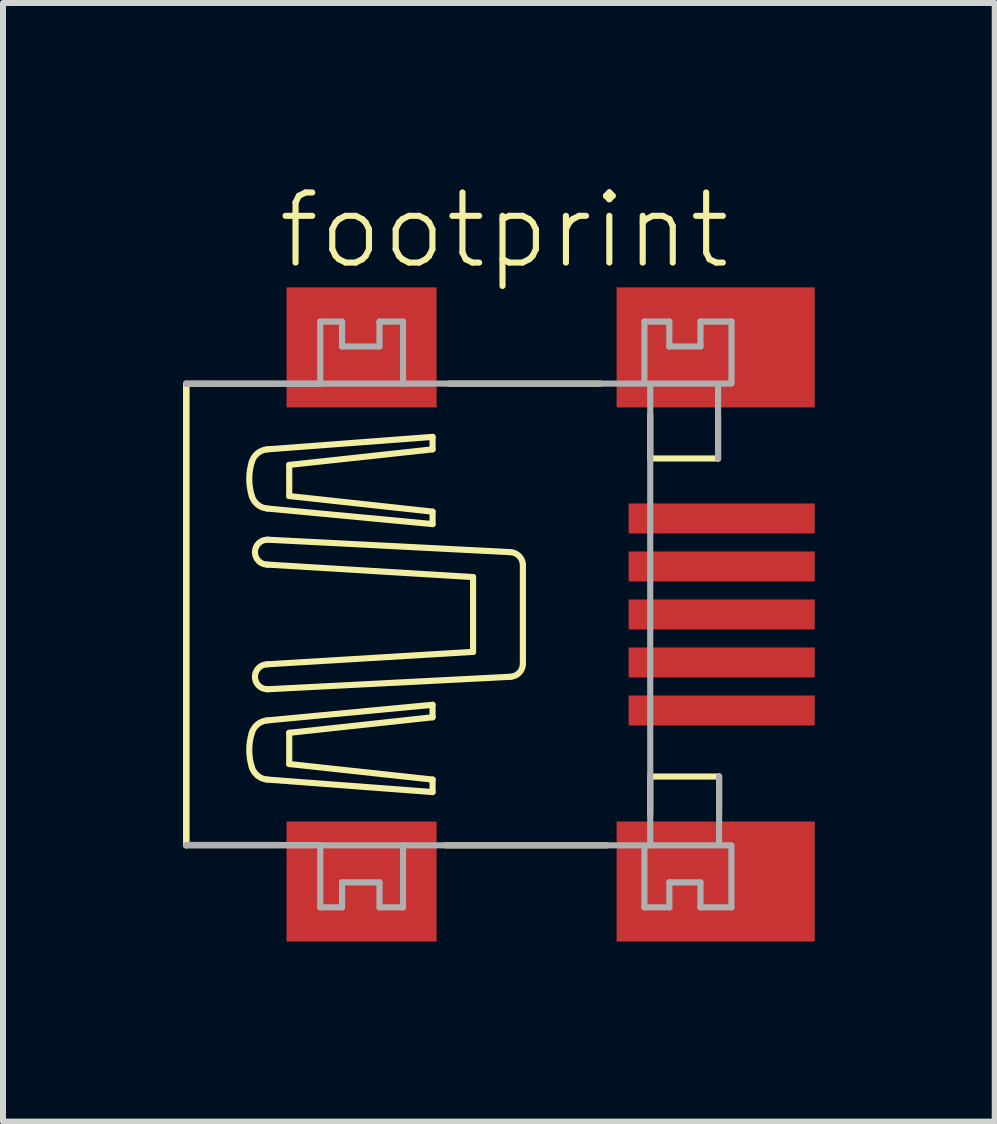
<source format=kicad_pcb>
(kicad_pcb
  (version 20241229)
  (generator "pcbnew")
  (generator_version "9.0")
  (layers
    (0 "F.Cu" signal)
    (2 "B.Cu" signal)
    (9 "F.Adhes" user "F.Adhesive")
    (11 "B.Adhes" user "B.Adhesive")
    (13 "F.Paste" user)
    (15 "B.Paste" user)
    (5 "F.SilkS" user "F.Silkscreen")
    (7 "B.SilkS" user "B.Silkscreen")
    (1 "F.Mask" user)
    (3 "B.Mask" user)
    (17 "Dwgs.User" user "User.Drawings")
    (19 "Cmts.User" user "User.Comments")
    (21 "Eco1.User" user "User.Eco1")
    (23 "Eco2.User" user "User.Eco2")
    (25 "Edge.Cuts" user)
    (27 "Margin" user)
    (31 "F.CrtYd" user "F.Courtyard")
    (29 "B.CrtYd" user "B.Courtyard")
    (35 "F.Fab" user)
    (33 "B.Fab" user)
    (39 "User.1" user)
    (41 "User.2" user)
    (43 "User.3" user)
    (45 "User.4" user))
  (footprint "footprint"
    (layer "F.Cu")
    (at 5.974 7.188)
    (property "Reference" "footprint" (at -4.445 -5.715 0) (layer "F.SilkS") (effects (font (size 1.168 1.168) (thickness 0.102)) (justify left bottom)))
    (fp_line (start -5.923 3.847) (end -5.923 -3.847) (stroke (width 0.102) (type solid)) (layer "F.SilkS"))
    (fp_line (start -5.918 -3.842) (end -4.415 -3.841) (stroke (width 0.102) (type solid)) (layer "F.SilkS"))
    (fp_line (start -5.918 3.841) (end -5.918 -3.842) (stroke (width 0.102) (type solid)) (layer "F.SilkS"))
    (fp_line (start -5.918 3.841) (end -4.415 3.841) (stroke (width 0.102) (type solid)) (layer "F.SilkS"))
    (fp_line (start -5.918 3.841) (end -5.918 3.841) (stroke (width 0.102) (type solid)) (layer "F.SilkS"))
    (fp_line (start -4.776 -1.038) (end -4.776 -1.038) (stroke (width 0.102) (type solid)) (layer "F.SilkS"))
    (fp_line (start -4.569 -1.765) (end -1.817 -1.506) (stroke (width 0.102) (type solid)) (layer "F.SilkS"))
    (fp_line (start -4.569 -0.831) (end -1.142 -0.623) (stroke (width 0.102) (type solid)) (layer "F.SilkS"))
    (fp_line (start -4.569 0.83) (end -1.142 0.623) (stroke (width 0.102) (type solid)) (layer "F.SilkS"))
    (fp_line (start -4.569 1.765) (end -1.817 1.505) (stroke (width 0.102) (type solid)) (layer "F.SilkS"))
    (fp_line (start -4.568 -1.246) (end -0.519 -1.038) (stroke (width 0.102) (type solid)) (layer "F.SilkS"))
    (fp_line (start -4.568 1.246) (end -0.519 1.038) (stroke (width 0.102) (type solid)) (layer "F.SilkS"))
    (fp_line (start -4.205 -2.492) (end -1.817 -2.751) (stroke (width 0.102) (type solid)) (layer "F.SilkS"))
    (fp_line (start -4.205 -1.973) (end -4.205 -2.492) (stroke (width 0.102) (type solid)) (layer "F.SilkS"))
    (fp_line (start -4.205 1.972) (end -4.205 2.492) (stroke (width 0.102) (type solid)) (layer "F.SilkS"))
    (fp_line (start -4.205 2.492) (end -1.817 2.751) (stroke (width 0.102) (type solid)) (layer "F.SilkS"))
    (fp_line (start -1.817 -2.959) (end -4.569 -2.751) (stroke (width 0.102) (type solid)) (layer "F.SilkS"))
    (fp_line (start -1.817 -2.751) (end -1.817 -2.959) (stroke (width 0.102) (type solid)) (layer "F.SilkS"))
    (fp_line (start -1.817 -1.713) (end -4.205 -1.973) (stroke (width 0.102) (type solid)) (layer "F.SilkS"))
    (fp_line (start -1.817 -1.506) (end -1.817 -1.713) (stroke (width 0.102) (type solid)) (layer "F.SilkS"))
    (fp_line (start -1.817 1.505) (end -1.817 1.713) (stroke (width 0.102) (type solid)) (layer "F.SilkS"))
    (fp_line (start -1.817 1.713) (end -4.205 1.972) (stroke (width 0.102) (type solid)) (layer "F.SilkS"))
    (fp_line (start -1.817 2.751) (end -1.817 2.959) (stroke (width 0.102) (type solid)) (layer "F.SilkS"))
    (fp_line (start -1.817 2.959) (end -4.569 2.751) (stroke (width 0.102) (type solid)) (layer "F.SilkS"))
    (fp_line (start -1.552 -3.847) (end 0.983 -3.847) (stroke (width 0.102) (type solid)) (layer "F.SilkS"))
    (fp_line (start -1.142 0.623) (end -1.142 -0.623) (stroke (width 0.102) (type solid)) (layer "F.SilkS"))
    (fp_line (start -0.312 0.83) (end -0.312 -0.831) (stroke (width 0.102) (type solid)) (layer "F.SilkS"))
    (fp_line (start 1.084 3.847) (end -1.603 3.847) (stroke (width 0.102) (type solid)) (layer "F.SilkS"))
    (fp_line (start 1.81 -2.599) (end 1.81 -3.324) (stroke (width 0.102) (type solid)) (layer "F.SilkS"))
    (fp_line (start 1.81 2.7) (end 1.81 3.324) (stroke (width 0.102) (type solid)) (layer "F.SilkS"))
    (fp_line (start 2.94 -3.324) (end 2.94 -2.599) (stroke (width 0.102) (type solid)) (layer "F.SilkS"))
    (fp_line (start 2.94 -2.599) (end 1.81 -2.599) (stroke (width 0.102) (type solid)) (layer "F.SilkS"))
    (fp_line (start 2.957 2.7) (end 1.81 2.7) (stroke (width 0.102) (type solid)) (layer "F.SilkS"))
    (fp_line (start 2.957 3.332) (end 2.957 2.7) (stroke (width 0.102) (type solid)) (layer "F.SilkS"))
    (fp_arc (start -4.828 -2.5438) (mid -4.730297 -2.687659) (end -4.5685 -2.7514) (stroke (width 0.1016) (type solid)) (layer "F.SilkS"))
    (fp_arc (start -4.828 -1.9727) (mid -4.870802 -2.25825) (end -4.828 -2.5438) (stroke (width 0.1016) (type solid)) (layer "F.SilkS"))
    (fp_arc (start -4.828 1.9725) (mid -4.730298 1.828641) (end -4.568501 1.764899) (stroke (width 0.1016) (type solid)) (layer "F.SilkS"))
    (fp_arc (start -4.828 2.5436) (mid -4.870802 2.25805) (end -4.828 1.9725) (stroke (width 0.1016) (type solid)) (layer "F.SilkS"))
    (fp_arc (start -4.7761 -1.0383) (mid -4.715295 -1.185095) (end -4.5685 -1.2459) (stroke (width 0.1016) (type solid)) (layer "F.SilkS"))
    (fp_arc (start -4.7761 1.038) (mid -4.715295 0.891205) (end -4.5685 0.8304) (stroke (width 0.1016) (type solid)) (layer "F.SilkS"))
    (fp_arc (start -4.568501 -1.765099) (mid -4.730298 -1.828841) (end -4.828 -1.9727) (stroke (width 0.1016) (type solid)) (layer "F.SilkS"))
    (fp_arc (start -4.5685 -0.8306) (mid -4.715295 -0.891405) (end -4.7761 -1.0382) (stroke (width 0.1016) (type solid)) (layer "F.SilkS"))
    (fp_arc (start -4.5685 1.2457) (mid -4.715295 1.184895) (end -4.7761 1.0381) (stroke (width 0.1016) (type solid)) (layer "F.SilkS"))
    (fp_arc (start -4.5685 2.7512) (mid -4.730297 2.687459) (end -4.828 2.5436) (stroke (width 0.1016) (type solid)) (layer "F.SilkS"))
    (fp_arc (start -0.5192 -1.0383) (mid -0.375653 -0.974177) (end -0.311598 -0.8306) (stroke (width 0.1016) (type solid)) (layer "F.SilkS"))
    (fp_arc (start -0.311599 0.830399) (mid -0.375679 0.973951) (end -0.5192 1.0381) (stroke (width 0.1016) (type solid)) (layer "F.SilkS"))
    (fp_line (start -5.923 -3.847) (end 3.16 -3.847) (stroke (width 0.102) (type solid)) (layer "F.Fab"))
    (fp_line (start -5.918 -3.842) (end -3.688 -3.842) (stroke (width 0.102) (type solid)) (layer "F.Fab"))
    (fp_line (start -5.918 3.841) (end -3.688 3.841) (stroke (width 0.102) (type solid)) (layer "F.Fab"))
    (fp_line (start -3.688 -4.88) (end -3.325 -4.88) (stroke (width 0.102) (type solid)) (layer "F.Fab"))
    (fp_line (start -3.688 -3.842) (end -3.688 -4.88) (stroke (width 0.102) (type solid)) (layer "F.Fab"))
    (fp_line (start -3.688 3.841) (end -3.688 4.88) (stroke (width 0.102) (type solid)) (layer "F.Fab"))
    (fp_line (start -3.688 4.88) (end -3.325 4.88) (stroke (width 0.102) (type solid)) (layer "F.Fab"))
    (fp_line (start -3.325 -4.88) (end -3.325 -4.465) (stroke (width 0.102) (type solid)) (layer "F.Fab"))
    (fp_line (start -3.325 -4.465) (end -2.701 -4.465) (stroke (width 0.102) (type solid)) (layer "F.Fab"))
    (fp_line (start -3.325 4.464) (end -2.701 4.464) (stroke (width 0.102) (type solid)) (layer "F.Fab"))
    (fp_line (start -3.325 4.88) (end -3.325 4.464) (stroke (width 0.102) (type solid)) (layer "F.Fab"))
    (fp_line (start -2.701 -4.88) (end -2.309 -4.88) (stroke (width 0.102) (type solid)) (layer "F.Fab"))
    (fp_line (start -2.701 -4.465) (end -2.701 -4.88) (stroke (width 0.102) (type solid)) (layer "F.Fab"))
    (fp_line (start -2.701 4.464) (end -2.701 4.88) (stroke (width 0.102) (type solid)) (layer "F.Fab"))
    (fp_line (start -2.701 4.88) (end -2.309 4.88) (stroke (width 0.102) (type solid)) (layer "F.Fab"))
    (fp_line (start -2.309 -4.88) (end -2.309 -3.842) (stroke (width 0.102) (type solid)) (layer "F.Fab"))
    (fp_line (start -2.309 4.88) (end -2.309 3.841) (stroke (width 0.102) (type solid)) (layer "F.Fab"))
    (fp_line (start 1.713 -4.88) (end 2.128 -4.88) (stroke (width 0.102) (type solid)) (layer "F.Fab"))
    (fp_line (start 1.713 -3.886) (end 1.713 -4.88) (stroke (width 0.102) (type solid)) (layer "F.Fab"))
    (fp_line (start 1.713 3.885) (end 1.713 4.88) (stroke (width 0.102) (type solid)) (layer "F.Fab"))
    (fp_line (start 1.713 4.88) (end 2.128 4.88) (stroke (width 0.102) (type solid)) (layer "F.Fab"))
    (fp_line (start 1.81 -3.78) (end 1.81 3.847) (stroke (width 0.102) (type solid)) (layer "F.Fab"))
    (fp_line (start 2.128 -4.88) (end 2.128 -4.465) (stroke (width 0.102) (type solid)) (layer "F.Fab"))
    (fp_line (start 2.128 -4.465) (end 2.647 -4.465) (stroke (width 0.102) (type solid)) (layer "F.Fab"))
    (fp_line (start 2.128 4.464) (end 2.647 4.464) (stroke (width 0.102) (type solid)) (layer "F.Fab"))
    (fp_line (start 2.128 4.88) (end 2.128 4.464) (stroke (width 0.102) (type solid)) (layer "F.Fab"))
    (fp_line (start 2.647 -4.88) (end 3.164 -4.88) (stroke (width 0.102) (type solid)) (layer "F.Fab"))
    (fp_line (start 2.647 -4.465) (end 2.647 -4.88) (stroke (width 0.102) (type solid)) (layer "F.Fab"))
    (fp_line (start 2.647 4.464) (end 2.647 4.88) (stroke (width 0.102) (type solid)) (layer "F.Fab"))
    (fp_line (start 2.647 4.88) (end 3.163 4.88) (stroke (width 0.102) (type solid)) (layer "F.Fab"))
    (fp_line (start 2.94 -3.797) (end 2.94 -2.599) (stroke (width 0.102) (type solid)) (layer "F.Fab"))
    (fp_line (start 2.957 3.822) (end 2.957 2.7) (stroke (width 0.102) (type solid)) (layer "F.Fab"))
    (fp_line (start 3.16 3.847) (end -5.923 3.847) (stroke (width 0.102) (type solid)) (layer "F.Fab"))
    (fp_line (start 3.163 4.88) (end 3.163 3.852) (stroke (width 0.102) (type solid)) (layer "F.Fab"))
    (fp_line (start 3.164 -4.88) (end 3.164 -3.852) (stroke (width 0.102) (type solid)) (layer "F.Fab"))
    (pad "1" smd rect (at 3 -1.6) (size 3.1 0.5) (layers "F.Cu" "F.Mask" "F.Paste"))
    (pad "2" smd rect (at 3 -0.8) (size 3.1 0.5) (layers "F.Cu" "F.Mask" "F.Paste"))
    (pad "3" smd rect (at 3 0) (size 3.1 0.5) (layers "F.Cu" "F.Mask" "F.Paste"))
    (pad "4" smd rect (at 3 0.8) (size 3.1 0.5) (layers "F.Cu" "F.Mask" "F.Paste"))
    (pad "5" smd rect (at 3 1.6) (size 3.1 0.5) (layers "F.Cu" "F.Mask" "F.Paste"))
    (pad "M1" smd rect (at -3 4.45) (size 2.5 2) (layers "F.Cu" "F.Mask" "F.Paste"))
    (pad "M2" smd rect (at -3 -4.45) (size 2.5 2) (layers "F.Cu" "F.Mask" "F.Paste"))
    (pad "M3" smd rect (at 2.9 -4.45) (size 3.3 2) (layers "F.Cu" "F.Mask" "F.Paste"))
    (pad "M4" smd rect (at 2.9 4.45) (size 3.3 2) (layers "F.Cu" "F.Mask" "F.Paste")))
  (gr_rect
    (start -3 -3)
    (end 13.524 15.638)
    (stroke (width 0.1) (type default))
    (fill no)
    (layer "Edge.Cuts")))
</source>
